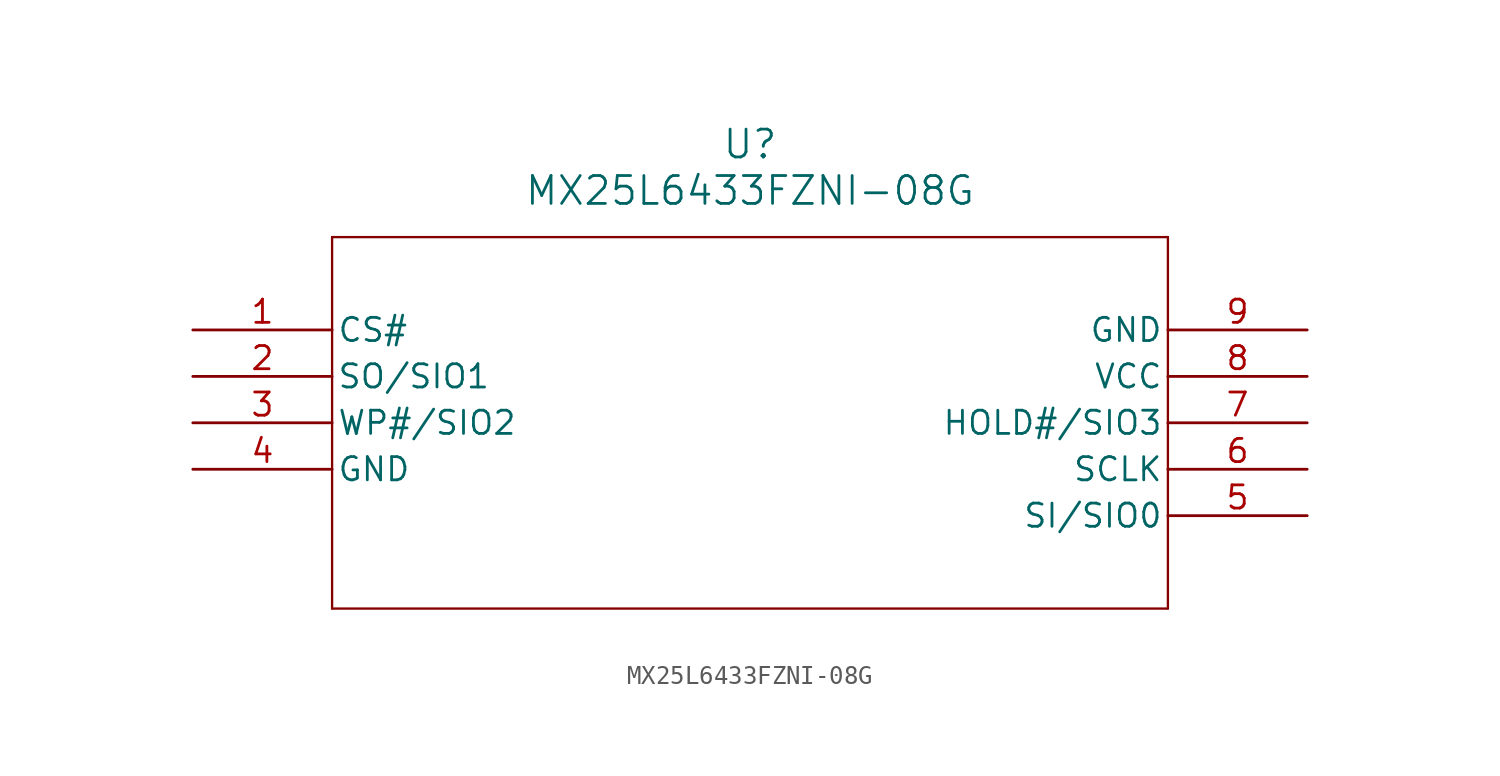
<source format=kicad_sym>
(kicad_symbol_lib
  (version 20211014)
  (generator kicad_symbol_editor)
  (symbol "MX25L6433FZNI-08G"
    (pin_names
      (offset 0.254))
    (property "Reference" "U"
      (at 30.48 10.16 0)
      (effects (font (size 1.524 1.524))))
    (property "Value" "MX25L6433FZNI-08G"
      (at 30.48 7.62 0)
      (effects (font (size 1.524 1.524))))
    (symbol "MX25L6433FZNI-08G_0_1"
      (polyline (pts (xy 7.62 5.08) (xy 7.62 -15.24)) (stroke (width 0.127) (type default) (color 0 0 0 0)) (fill (type none)))
      (polyline (pts (xy 7.62 -15.24) (xy 53.34 -15.24)) (stroke (width 0.127) (type default) (color 0 0 0 0)) (fill (type none)))
      (polyline (pts (xy 53.34 -15.24) (xy 53.34 5.08)) (stroke (width 0.127) (type default) (color 0 0 0 0)) (fill (type none)))
      (polyline (pts (xy 53.34 5.08) (xy 7.62 5.08)) (stroke (width 0.127) (type default) (color 0 0 0 0)) (fill (type none)))
      (pin input line (at 0 0 0) (length 7.62) (name "CS#" (effects (font (size 1.27 1.27)))) (number "1" (effects (font (size 1.27 1.27)))))
      (pin bidirectional line (at 0 -2.54 0) (length 7.62) (name "SO/SIO1" (effects (font (size 1.27 1.27)))) (number "2" (effects (font (size 1.27 1.27)))))
      (pin bidirectional line (at 0 -5.08 0) (length 7.62) (name "WP#/SIO2" (effects (font (size 1.27 1.27)))) (number "3" (effects (font (size 1.27 1.27)))))
      (pin power_out line (at 0 -7.62 0) (length 7.62) (name "GND" (effects (font (size 1.27 1.27)))) (number "4" (effects (font (size 1.27 1.27)))))
      (pin bidirectional line (at 60.96 -10.16 180) (length 7.62) (name "SI/SIO0" (effects (font (size 1.27 1.27)))) (number "5" (effects (font (size 1.27 1.27)))))
      (pin input line (at 60.96 -7.62 180) (length 7.62) (name "SCLK" (effects (font (size 1.27 1.27)))) (number "6" (effects (font (size 1.27 1.27)))))
      (pin bidirectional line (at 60.96 -5.08 180) (length 7.62) (name "HOLD#/SIO3" (effects (font (size 1.27 1.27)))) (number "7" (effects (font (size 1.27 1.27)))))
      (pin power_in line (at 60.96 -2.54 180) (length 7.62) (name "VCC" (effects (font (size 1.27 1.27)))) (number "8" (effects (font (size 1.27 1.27)))))
      (pin power_out line (at 60.96 0 180) (length 7.62) (name "GND" (effects (font (size 1.27 1.27)))) (number "9" (effects (font (size 1.27 1.27))))))))
</source>
